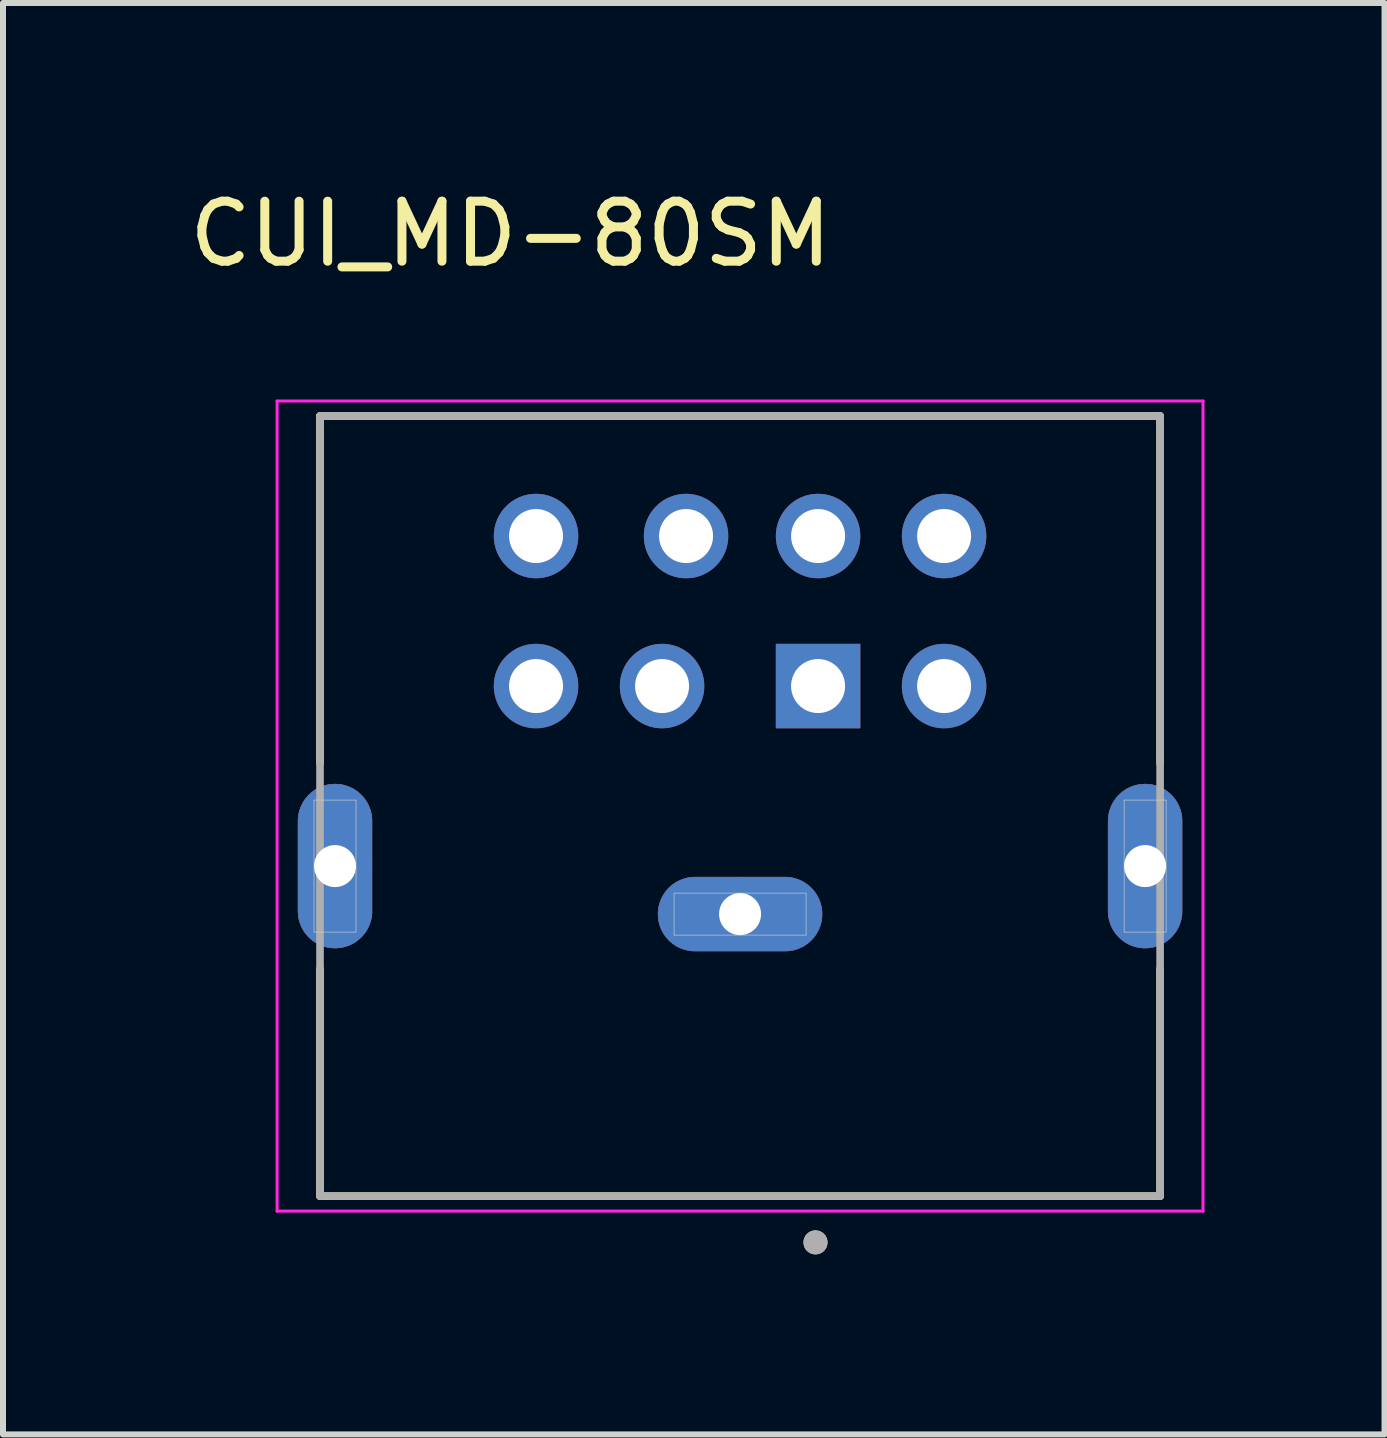
<source format=kicad_pcb>
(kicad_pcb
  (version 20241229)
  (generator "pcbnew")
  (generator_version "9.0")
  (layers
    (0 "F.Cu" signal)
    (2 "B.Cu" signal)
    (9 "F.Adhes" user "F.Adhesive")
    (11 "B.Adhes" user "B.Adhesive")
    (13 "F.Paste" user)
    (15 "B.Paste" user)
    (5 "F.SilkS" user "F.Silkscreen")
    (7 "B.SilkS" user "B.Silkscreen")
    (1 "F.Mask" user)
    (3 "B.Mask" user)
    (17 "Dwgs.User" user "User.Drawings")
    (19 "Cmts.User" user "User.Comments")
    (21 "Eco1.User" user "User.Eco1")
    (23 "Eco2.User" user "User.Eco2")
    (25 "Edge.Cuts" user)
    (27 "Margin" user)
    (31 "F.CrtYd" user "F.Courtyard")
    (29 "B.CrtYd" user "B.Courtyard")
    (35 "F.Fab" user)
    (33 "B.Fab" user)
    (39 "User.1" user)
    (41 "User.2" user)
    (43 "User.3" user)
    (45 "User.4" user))
  (footprint "CUI_MD-80SM"
    (layer "F.Cu")
    (at 9.283 12.183)
    (property "Reference" "CUI_MD-80SM" (at -3.825 -11.335 0) (layer "F.SilkS") (effects (font (size 1 1) (thickness 0.15))))
    (attr through_hole)
    (fp_poly (pts (xy -6.135 -1.55) (xy -6.135 -0.05) (xy -6.136 -0.018) (xy -6.138 0.014) (xy -6.143 0.046) (xy -6.148 0.078) (xy -6.156 0.109) (xy -6.165 0.14) (xy -6.176 0.17) (xy -6.188 0.2) (xy -6.202 0.229) (xy -6.217 0.257) (xy -6.234 0.285) (xy -6.252 0.311) (xy -6.272 0.337) (xy -6.293 0.362) (xy -6.315 0.385) (xy -6.338 0.407) (xy -6.363 0.428) (xy -6.389 0.448) (xy -6.415 0.466) (xy -6.442 0.483) (xy -6.471 0.498) (xy -6.5 0.512) (xy -6.53 0.524) (xy -6.56 0.535) (xy -6.591 0.544) (xy -6.622 0.552) (xy -6.654 0.557) (xy -6.686 0.562) (xy -6.718 0.564) (xy -6.75 0.565) (xy -6.782 0.564) (xy -6.814 0.562) (xy -6.846 0.557) (xy -6.878 0.552) (xy -6.909 0.544) (xy -6.94 0.535) (xy -6.97 0.524) (xy -7 0.512) (xy -7.029 0.498) (xy -7.058 0.483) (xy -7.085 0.466) (xy -7.111 0.448) (xy -7.137 0.428) (xy -7.162 0.407) (xy -7.185 0.385) (xy -7.207 0.362) (xy -7.228 0.337) (xy -7.248 0.311) (xy -7.266 0.285) (xy -7.283 0.257) (xy -7.298 0.229) (xy -7.312 0.2) (xy -7.324 0.17) (xy -7.335 0.14) (xy -7.344 0.109) (xy -7.352 0.078) (xy -7.357 0.046) (xy -7.362 0.014) (xy -7.364 -0.018) (xy -7.365 -0.05) (xy -7.365 -1.55) (xy -7.364 -1.582) (xy -7.362 -1.614) (xy -7.357 -1.646) (xy -7.352 -1.678) (xy -7.344 -1.709) (xy -7.335 -1.74) (xy -7.324 -1.77) (xy -7.312 -1.8) (xy -7.298 -1.829) (xy -7.283 -1.857) (xy -7.266 -1.885) (xy -7.248 -1.911) (xy -7.228 -1.937) (xy -7.207 -1.962) (xy -7.185 -1.985) (xy -7.162 -2.007) (xy -7.137 -2.028) (xy -7.111 -2.048) (xy -7.085 -2.066) (xy -7.058 -2.083) (xy -7.029 -2.098) (xy -7 -2.112) (xy -6.97 -2.124) (xy -6.94 -2.135) (xy -6.909 -2.144) (xy -6.878 -2.152) (xy -6.846 -2.157) (xy -6.814 -2.162) (xy -6.782 -2.164) (xy -6.75 -2.165) (xy -6.718 -2.164) (xy -6.686 -2.162) (xy -6.654 -2.157) (xy -6.622 -2.152) (xy -6.591 -2.144) (xy -6.56 -2.135) (xy -6.53 -2.124) (xy -6.5 -2.112) (xy -6.471 -2.098) (xy -6.442 -2.083) (xy -6.415 -2.066) (xy -6.389 -2.048) (xy -6.363 -2.028) (xy -6.338 -2.007) (xy -6.315 -1.985) (xy -6.293 -1.962) (xy -6.272 -1.937) (xy -6.252 -1.911) (xy -6.234 -1.885) (xy -6.217 -1.857) (xy -6.202 -1.829) (xy -6.188 -1.8) (xy -6.176 -1.77) (xy -6.165 -1.74) (xy -6.156 -1.709) (xy -6.148 -1.678) (xy -6.143 -1.646) (xy -6.138 -1.614) (xy -6.136 -1.582) (xy -6.135 -1.55)) (stroke (width 0.01) (type solid)) (fill yes) (layer "F.Cu"))
    (fp_poly (pts (xy 7.365 -1.55) (xy 7.365 -0.05) (xy 7.364 -0.018) (xy 7.362 0.014) (xy 7.357 0.046) (xy 7.352 0.078) (xy 7.344 0.109) (xy 7.335 0.14) (xy 7.324 0.17) (xy 7.312 0.2) (xy 7.298 0.229) (xy 7.283 0.257) (xy 7.266 0.285) (xy 7.248 0.311) (xy 7.228 0.337) (xy 7.207 0.362) (xy 7.185 0.385) (xy 7.162 0.407) (xy 7.137 0.428) (xy 7.111 0.448) (xy 7.085 0.466) (xy 7.058 0.483) (xy 7.029 0.498) (xy 7 0.512) (xy 6.97 0.524) (xy 6.94 0.535) (xy 6.909 0.544) (xy 6.878 0.552) (xy 6.846 0.557) (xy 6.814 0.562) (xy 6.782 0.564) (xy 6.75 0.565) (xy 6.718 0.564) (xy 6.686 0.562) (xy 6.654 0.557) (xy 6.622 0.552) (xy 6.591 0.544) (xy 6.56 0.535) (xy 6.53 0.524) (xy 6.5 0.512) (xy 6.471 0.498) (xy 6.442 0.483) (xy 6.415 0.466) (xy 6.389 0.448) (xy 6.363 0.428) (xy 6.338 0.407) (xy 6.315 0.385) (xy 6.293 0.362) (xy 6.272 0.337) (xy 6.252 0.311) (xy 6.234 0.285) (xy 6.217 0.257) (xy 6.202 0.229) (xy 6.188 0.2) (xy 6.176 0.17) (xy 6.165 0.14) (xy 6.156 0.109) (xy 6.148 0.078) (xy 6.143 0.046) (xy 6.138 0.014) (xy 6.136 -0.018) (xy 6.135 -0.05) (xy 6.135 -1.55) (xy 6.136 -1.582) (xy 6.138 -1.614) (xy 6.143 -1.646) (xy 6.148 -1.678) (xy 6.156 -1.709) (xy 6.165 -1.74) (xy 6.176 -1.77) (xy 6.188 -1.8) (xy 6.202 -1.829) (xy 6.217 -1.857) (xy 6.234 -1.885) (xy 6.252 -1.911) (xy 6.272 -1.937) (xy 6.293 -1.962) (xy 6.315 -1.985) (xy 6.338 -2.007) (xy 6.363 -2.028) (xy 6.389 -2.048) (xy 6.415 -2.066) (xy 6.442 -2.083) (xy 6.471 -2.098) (xy 6.5 -2.112) (xy 6.53 -2.124) (xy 6.56 -2.135) (xy 6.591 -2.144) (xy 6.622 -2.152) (xy 6.654 -2.157) (xy 6.686 -2.162) (xy 6.718 -2.164) (xy 6.75 -2.165) (xy 6.782 -2.164) (xy 6.814 -2.162) (xy 6.846 -2.157) (xy 6.878 -2.152) (xy 6.909 -2.144) (xy 6.94 -2.135) (xy 6.97 -2.124) (xy 7 -2.112) (xy 7.029 -2.098) (xy 7.058 -2.083) (xy 7.085 -2.066) (xy 7.111 -2.048) (xy 7.137 -2.028) (xy 7.162 -2.007) (xy 7.185 -1.985) (xy 7.207 -1.962) (xy 7.228 -1.937) (xy 7.248 -1.911) (xy 7.266 -1.885) (xy 7.283 -1.857) (xy 7.298 -1.829) (xy 7.312 -1.8) (xy 7.324 -1.77) (xy 7.335 -1.74) (xy 7.344 -1.709) (xy 7.352 -1.678) (xy 7.357 -1.646) (xy 7.362 -1.614) (xy 7.364 -1.582) (xy 7.365 -1.55)) (stroke (width 0.01) (type solid)) (fill yes) (layer "F.Cu"))
    (fp_poly (pts (xy 0 0.615) (xy -0.75 0.615) (xy -0.782 0.614) (xy -0.814 0.612) (xy -0.846 0.607) (xy -0.878 0.602) (xy -0.909 0.594) (xy -0.94 0.585) (xy -0.97 0.574) (xy -1 0.562) (xy -1.029 0.548) (xy -1.058 0.533) (xy -1.085 0.516) (xy -1.111 0.498) (xy -1.137 0.478) (xy -1.162 0.457) (xy -1.185 0.435) (xy -1.207 0.412) (xy -1.228 0.387) (xy -1.248 0.361) (xy -1.266 0.335) (xy -1.283 0.308) (xy -1.298 0.279) (xy -1.312 0.25) (xy -1.324 0.22) (xy -1.335 0.19) (xy -1.344 0.159) (xy -1.352 0.128) (xy -1.357 0.096) (xy -1.362 0.064) (xy -1.364 0.032) (xy -1.365 0) (xy -1.364 -0.032) (xy -1.362 -0.064) (xy -1.357 -0.096) (xy -1.352 -0.128) (xy -1.344 -0.159) (xy -1.335 -0.19) (xy -1.324 -0.22) (xy -1.312 -0.25) (xy -1.298 -0.279) (xy -1.283 -0.307) (xy -1.266 -0.335) (xy -1.248 -0.361) (xy -1.228 -0.387) (xy -1.207 -0.412) (xy -1.185 -0.435) (xy -1.162 -0.457) (xy -1.137 -0.478) (xy -1.111 -0.498) (xy -1.085 -0.516) (xy -1.058 -0.533) (xy -1.029 -0.548) (xy -1 -0.562) (xy -0.97 -0.574) (xy -0.94 -0.585) (xy -0.909 -0.594) (xy -0.878 -0.602) (xy -0.846 -0.607) (xy -0.814 -0.612) (xy -0.782 -0.614) (xy -0.75 -0.615) (xy 0 -0.615) (xy 0.75 -0.615) (xy 0.782 -0.614) (xy 0.814 -0.612) (xy 0.846 -0.607) (xy 0.878 -0.602) (xy 0.909 -0.594) (xy 0.94 -0.585) (xy 0.97 -0.574) (xy 1 -0.562) (xy 1.029 -0.548) (xy 1.058 -0.533) (xy 1.085 -0.516) (xy 1.111 -0.498) (xy 1.137 -0.478) (xy 1.162 -0.457) (xy 1.185 -0.435) (xy 1.207 -0.412) (xy 1.228 -0.387) (xy 1.248 -0.361) (xy 1.266 -0.335) (xy 1.283 -0.307) (xy 1.298 -0.279) (xy 1.312 -0.25) (xy 1.324 -0.22) (xy 1.335 -0.19) (xy 1.344 -0.159) (xy 1.352 -0.128) (xy 1.357 -0.096) (xy 1.362 -0.064) (xy 1.364 -0.032) (xy 1.365 0) (xy 1.364 0.032) (xy 1.362 0.064) (xy 1.357 0.096) (xy 1.352 0.128) (xy 1.344 0.159) (xy 1.335 0.19) (xy 1.324 0.22) (xy 1.312 0.25) (xy 1.298 0.279) (xy 1.283 0.307) (xy 1.266 0.335) (xy 1.248 0.361) (xy 1.228 0.387) (xy 1.207 0.412) (xy 1.185 0.435) (xy 1.162 0.457) (xy 1.137 0.478) (xy 1.111 0.498) (xy 1.085 0.516) (xy 1.058 0.533) (xy 1.029 0.548) (xy 1 0.562) (xy 0.97 0.574) (xy 0.94 0.585) (xy 0.909 0.594) (xy 0.878 0.602) (xy 0.846 0.607) (xy 0.814 0.612) (xy 0.782 0.614) (xy 0.75 0.615) (xy 0 0.615)) (stroke (width 0.01) (type solid)) (fill yes) (layer "F.Cu"))
    (fp_poly (pts (xy -6.035 -1.55) (xy -6.035 -0.05) (xy -6.036 -0.013) (xy -6.039 0.025) (xy -6.044 0.062) (xy -6.051 0.099) (xy -6.059 0.135) (xy -6.07 0.171) (xy -6.082 0.206) (xy -6.097 0.241) (xy -6.113 0.275) (xy -6.131 0.308) (xy -6.15 0.339) (xy -6.172 0.37) (xy -6.194 0.4) (xy -6.219 0.428) (xy -6.244 0.456) (xy -6.272 0.481) (xy -6.3 0.506) (xy -6.33 0.528) (xy -6.361 0.55) (xy -6.393 0.569) (xy -6.425 0.587) (xy -6.459 0.603) (xy -6.494 0.618) (xy -6.529 0.63) (xy -6.565 0.641) (xy -6.601 0.649) (xy -6.638 0.656) (xy -6.675 0.661) (xy -6.713 0.664) (xy -6.75 0.665) (xy -6.787 0.664) (xy -6.825 0.661) (xy -6.862 0.656) (xy -6.899 0.649) (xy -6.935 0.641) (xy -6.971 0.63) (xy -7.006 0.618) (xy -7.041 0.603) (xy -7.075 0.587) (xy -7.108 0.569) (xy -7.139 0.55) (xy -7.17 0.528) (xy -7.2 0.506) (xy -7.228 0.481) (xy -7.256 0.456) (xy -7.281 0.428) (xy -7.306 0.4) (xy -7.328 0.37) (xy -7.35 0.339) (xy -7.369 0.308) (xy -7.387 0.275) (xy -7.403 0.241) (xy -7.418 0.206) (xy -7.43 0.171) (xy -7.441 0.135) (xy -7.449 0.099) (xy -7.456 0.062) (xy -7.461 0.025) (xy -7.464 -0.013) (xy -7.465 -0.05) (xy -7.465 -1.55) (xy -7.464 -1.587) (xy -7.461 -1.625) (xy -7.456 -1.662) (xy -7.449 -1.699) (xy -7.441 -1.735) (xy -7.43 -1.771) (xy -7.418 -1.806) (xy -7.403 -1.841) (xy -7.387 -1.875) (xy -7.369 -1.908) (xy -7.35 -1.939) (xy -7.328 -1.97) (xy -7.306 -2) (xy -7.281 -2.028) (xy -7.256 -2.056) (xy -7.228 -2.081) (xy -7.2 -2.106) (xy -7.17 -2.128) (xy -7.139 -2.15) (xy -7.107 -2.169) (xy -7.075 -2.187) (xy -7.041 -2.203) (xy -7.006 -2.218) (xy -6.971 -2.23) (xy -6.935 -2.241) (xy -6.899 -2.249) (xy -6.862 -2.256) (xy -6.825 -2.261) (xy -6.787 -2.264) (xy -6.75 -2.265) (xy -6.713 -2.264) (xy -6.675 -2.261) (xy -6.638 -2.256) (xy -6.601 -2.249) (xy -6.565 -2.241) (xy -6.529 -2.23) (xy -6.494 -2.218) (xy -6.459 -2.203) (xy -6.425 -2.187) (xy -6.393 -2.169) (xy -6.361 -2.15) (xy -6.33 -2.128) (xy -6.3 -2.106) (xy -6.272 -2.081) (xy -6.244 -2.056) (xy -6.219 -2.028) (xy -6.194 -2) (xy -6.172 -1.97) (xy -6.15 -1.939) (xy -6.131 -1.908) (xy -6.113 -1.875) (xy -6.097 -1.841) (xy -6.082 -1.806) (xy -6.07 -1.771) (xy -6.059 -1.735) (xy -6.051 -1.699) (xy -6.044 -1.662) (xy -6.039 -1.625) (xy -6.036 -1.587) (xy -6.035 -1.55)) (stroke (width 0.01) (type solid)) (fill yes) (layer "F.Mask"))
    (fp_poly (pts (xy 7.465 -1.55) (xy 7.465 -0.05) (xy 7.464 -0.013) (xy 7.461 0.025) (xy 7.456 0.062) (xy 7.449 0.099) (xy 7.441 0.135) (xy 7.43 0.171) (xy 7.418 0.206) (xy 7.403 0.241) (xy 7.387 0.275) (xy 7.369 0.308) (xy 7.35 0.339) (xy 7.328 0.37) (xy 7.306 0.4) (xy 7.281 0.428) (xy 7.256 0.456) (xy 7.228 0.481) (xy 7.2 0.506) (xy 7.17 0.528) (xy 7.139 0.55) (xy 7.107 0.569) (xy 7.075 0.587) (xy 7.041 0.603) (xy 7.006 0.618) (xy 6.971 0.63) (xy 6.935 0.641) (xy 6.899 0.649) (xy 6.862 0.656) (xy 6.825 0.661) (xy 6.787 0.664) (xy 6.75 0.665) (xy 6.713 0.664) (xy 6.675 0.661) (xy 6.638 0.656) (xy 6.601 0.649) (xy 6.565 0.641) (xy 6.529 0.63) (xy 6.494 0.618) (xy 6.459 0.603) (xy 6.425 0.587) (xy 6.392 0.569) (xy 6.361 0.55) (xy 6.33 0.528) (xy 6.3 0.506) (xy 6.272 0.481) (xy 6.244 0.456) (xy 6.219 0.428) (xy 6.194 0.4) (xy 6.172 0.37) (xy 6.15 0.339) (xy 6.131 0.308) (xy 6.113 0.275) (xy 6.097 0.241) (xy 6.082 0.206) (xy 6.07 0.171) (xy 6.059 0.135) (xy 6.051 0.099) (xy 6.044 0.062) (xy 6.039 0.025) (xy 6.036 -0.013) (xy 6.035 -0.05) (xy 6.035 -1.55) (xy 6.036 -1.587) (xy 6.039 -1.625) (xy 6.044 -1.662) (xy 6.051 -1.699) (xy 6.059 -1.735) (xy 6.07 -1.771) (xy 6.082 -1.806) (xy 6.097 -1.841) (xy 6.113 -1.875) (xy 6.131 -1.908) (xy 6.15 -1.939) (xy 6.172 -1.97) (xy 6.194 -2) (xy 6.219 -2.028) (xy 6.244 -2.056) (xy 6.272 -2.081) (xy 6.3 -2.106) (xy 6.33 -2.128) (xy 6.361 -2.15) (xy 6.393 -2.169) (xy 6.425 -2.187) (xy 6.459 -2.203) (xy 6.494 -2.218) (xy 6.529 -2.23) (xy 6.565 -2.241) (xy 6.601 -2.249) (xy 6.638 -2.256) (xy 6.675 -2.261) (xy 6.713 -2.264) (xy 6.75 -2.265) (xy 6.787 -2.264) (xy 6.825 -2.261) (xy 6.862 -2.256) (xy 6.899 -2.249) (xy 6.935 -2.241) (xy 6.971 -2.23) (xy 7.006 -2.218) (xy 7.041 -2.203) (xy 7.075 -2.187) (xy 7.107 -2.169) (xy 7.139 -2.15) (xy 7.17 -2.128) (xy 7.2 -2.106) (xy 7.228 -2.081) (xy 7.256 -2.056) (xy 7.281 -2.028) (xy 7.306 -2) (xy 7.328 -1.97) (xy 7.35 -1.939) (xy 7.369 -1.908) (xy 7.387 -1.875) (xy 7.403 -1.841) (xy 7.418 -1.806) (xy 7.43 -1.771) (xy 7.441 -1.735) (xy 7.449 -1.699) (xy 7.456 -1.662) (xy 7.461 -1.625) (xy 7.464 -1.587) (xy 7.465 -1.55)) (stroke (width 0.01) (type solid)) (fill yes) (layer "F.Mask"))
    (fp_poly (pts (xy 0 0.715) (xy -0.75 0.715) (xy -0.787 0.714) (xy -0.825 0.711) (xy -0.862 0.706) (xy -0.899 0.699) (xy -0.935 0.691) (xy -0.971 0.68) (xy -1.006 0.668) (xy -1.041 0.653) (xy -1.075 0.637) (xy -1.107 0.619) (xy -1.139 0.6) (xy -1.17 0.578) (xy -1.2 0.556) (xy -1.228 0.531) (xy -1.256 0.506) (xy -1.281 0.478) (xy -1.306 0.45) (xy -1.328 0.42) (xy -1.35 0.389) (xy -1.369 0.357) (xy -1.387 0.325) (xy -1.403 0.291) (xy -1.418 0.256) (xy -1.43 0.221) (xy -1.441 0.185) (xy -1.449 0.149) (xy -1.456 0.112) (xy -1.461 0.075) (xy -1.464 0.037) (xy -1.465 0) (xy -1.464 -0.037) (xy -1.461 -0.075) (xy -1.456 -0.112) (xy -1.449 -0.149) (xy -1.441 -0.185) (xy -1.43 -0.221) (xy -1.418 -0.256) (xy -1.403 -0.291) (xy -1.387 -0.325) (xy -1.369 -0.357) (xy -1.35 -0.389) (xy -1.328 -0.42) (xy -1.306 -0.45) (xy -1.281 -0.478) (xy -1.256 -0.506) (xy -1.228 -0.531) (xy -1.2 -0.556) (xy -1.17 -0.578) (xy -1.139 -0.6) (xy -1.107 -0.619) (xy -1.075 -0.637) (xy -1.041 -0.653) (xy -1.006 -0.668) (xy -0.971 -0.68) (xy -0.935 -0.691) (xy -0.899 -0.699) (xy -0.862 -0.706) (xy -0.825 -0.711) (xy -0.787 -0.714) (xy -0.75 -0.715) (xy 0 -0.715) (xy 0.75 -0.715) (xy 0.787 -0.714) (xy 0.825 -0.711) (xy 0.862 -0.706) (xy 0.899 -0.699) (xy 0.935 -0.691) (xy 0.971 -0.68) (xy 1.006 -0.668) (xy 1.041 -0.653) (xy 1.075 -0.637) (xy 1.107 -0.619) (xy 1.139 -0.6) (xy 1.17 -0.578) (xy 1.2 -0.556) (xy 1.228 -0.531) (xy 1.256 -0.506) (xy 1.281 -0.478) (xy 1.306 -0.45) (xy 1.328 -0.42) (xy 1.35 -0.389) (xy 1.369 -0.357) (xy 1.387 -0.325) (xy 1.403 -0.291) (xy 1.418 -0.256) (xy 1.43 -0.221) (xy 1.441 -0.185) (xy 1.449 -0.149) (xy 1.456 -0.112) (xy 1.461 -0.075) (xy 1.464 -0.037) (xy 1.465 0) (xy 1.464 0.037) (xy 1.461 0.075) (xy 1.456 0.112) (xy 1.449 0.149) (xy 1.441 0.185) (xy 1.43 0.221) (xy 1.418 0.256) (xy 1.403 0.291) (xy 1.387 0.325) (xy 1.369 0.357) (xy 1.35 0.389) (xy 1.328 0.42) (xy 1.306 0.45) (xy 1.281 0.478) (xy 1.256 0.506) (xy 1.228 0.531) (xy 1.2 0.556) (xy 1.17 0.578) (xy 1.139 0.6) (xy 1.107 0.619) (xy 1.075 0.637) (xy 1.041 0.653) (xy 1.006 0.668) (xy 0.971 0.68) (xy 0.935 0.691) (xy 0.899 0.699) (xy 0.862 0.706) (xy 0.825 0.711) (xy 0.787 0.714) (xy 0.75 0.715) (xy 0 0.715)) (stroke (width 0.01) (type solid)) (fill yes) (layer "F.Mask"))
    (fp_poly (pts (xy -6.135 -1.55) (xy -6.135 -0.05) (xy -6.136 -0.018) (xy -6.138 0.014) (xy -6.143 0.046) (xy -6.148 0.078) (xy -6.156 0.109) (xy -6.165 0.14) (xy -6.176 0.17) (xy -6.188 0.2) (xy -6.202 0.229) (xy -6.217 0.257) (xy -6.234 0.285) (xy -6.252 0.311) (xy -6.272 0.337) (xy -6.293 0.362) (xy -6.315 0.385) (xy -6.338 0.407) (xy -6.363 0.428) (xy -6.389 0.448) (xy -6.415 0.466) (xy -6.442 0.483) (xy -6.471 0.498) (xy -6.5 0.512) (xy -6.53 0.524) (xy -6.56 0.535) (xy -6.591 0.544) (xy -6.622 0.552) (xy -6.654 0.557) (xy -6.686 0.562) (xy -6.718 0.564) (xy -6.75 0.565) (xy -6.782 0.564) (xy -6.814 0.562) (xy -6.846 0.557) (xy -6.878 0.552) (xy -6.909 0.544) (xy -6.94 0.535) (xy -6.97 0.524) (xy -7 0.512) (xy -7.029 0.498) (xy -7.058 0.483) (xy -7.085 0.466) (xy -7.111 0.448) (xy -7.137 0.428) (xy -7.162 0.407) (xy -7.185 0.385) (xy -7.207 0.362) (xy -7.228 0.337) (xy -7.248 0.311) (xy -7.266 0.285) (xy -7.283 0.257) (xy -7.298 0.229) (xy -7.312 0.2) (xy -7.324 0.17) (xy -7.335 0.14) (xy -7.344 0.109) (xy -7.352 0.078) (xy -7.357 0.046) (xy -7.362 0.014) (xy -7.364 -0.018) (xy -7.365 -0.05) (xy -7.365 -1.55) (xy -7.364 -1.582) (xy -7.362 -1.614) (xy -7.357 -1.646) (xy -7.352 -1.678) (xy -7.344 -1.709) (xy -7.335 -1.74) (xy -7.324 -1.77) (xy -7.312 -1.8) (xy -7.298 -1.829) (xy -7.283 -1.857) (xy -7.266 -1.885) (xy -7.248 -1.911) (xy -7.228 -1.937) (xy -7.207 -1.962) (xy -7.185 -1.985) (xy -7.162 -2.007) (xy -7.137 -2.028) (xy -7.111 -2.048) (xy -7.085 -2.066) (xy -7.058 -2.083) (xy -7.029 -2.098) (xy -7 -2.112) (xy -6.97 -2.124) (xy -6.94 -2.135) (xy -6.909 -2.144) (xy -6.878 -2.152) (xy -6.846 -2.157) (xy -6.814 -2.162) (xy -6.782 -2.164) (xy -6.75 -2.165) (xy -6.718 -2.164) (xy -6.686 -2.162) (xy -6.654 -2.157) (xy -6.622 -2.152) (xy -6.591 -2.144) (xy -6.56 -2.135) (xy -6.53 -2.124) (xy -6.5 -2.112) (xy -6.471 -2.098) (xy -6.442 -2.083) (xy -6.415 -2.066) (xy -6.389 -2.048) (xy -6.363 -2.028) (xy -6.338 -2.007) (xy -6.315 -1.985) (xy -6.293 -1.962) (xy -6.272 -1.937) (xy -6.252 -1.911) (xy -6.234 -1.885) (xy -6.217 -1.857) (xy -6.202 -1.829) (xy -6.188 -1.8) (xy -6.176 -1.77) (xy -6.165 -1.74) (xy -6.156 -1.709) (xy -6.148 -1.678) (xy -6.143 -1.646) (xy -6.138 -1.614) (xy -6.136 -1.582) (xy -6.135 -1.55)) (stroke (width 0.01) (type solid)) (fill yes) (layer "B.Cu"))
    (fp_poly (pts (xy 7.365 -1.55) (xy 7.365 -0.05) (xy 7.364 -0.018) (xy 7.362 0.014) (xy 7.357 0.046) (xy 7.352 0.078) (xy 7.344 0.109) (xy 7.335 0.14) (xy 7.324 0.17) (xy 7.312 0.2) (xy 7.298 0.229) (xy 7.283 0.257) (xy 7.266 0.285) (xy 7.248 0.311) (xy 7.228 0.337) (xy 7.207 0.362) (xy 7.185 0.385) (xy 7.162 0.407) (xy 7.137 0.428) (xy 7.111 0.448) (xy 7.085 0.466) (xy 7.058 0.483) (xy 7.029 0.498) (xy 7 0.512) (xy 6.97 0.524) (xy 6.94 0.535) (xy 6.909 0.544) (xy 6.878 0.552) (xy 6.846 0.557) (xy 6.814 0.562) (xy 6.782 0.564) (xy 6.75 0.565) (xy 6.718 0.564) (xy 6.686 0.562) (xy 6.654 0.557) (xy 6.622 0.552) (xy 6.591 0.544) (xy 6.56 0.535) (xy 6.53 0.524) (xy 6.5 0.512) (xy 6.471 0.498) (xy 6.442 0.483) (xy 6.415 0.466) (xy 6.389 0.448) (xy 6.363 0.428) (xy 6.338 0.407) (xy 6.315 0.385) (xy 6.293 0.362) (xy 6.272 0.337) (xy 6.252 0.311) (xy 6.234 0.285) (xy 6.217 0.257) (xy 6.202 0.229) (xy 6.188 0.2) (xy 6.176 0.17) (xy 6.165 0.14) (xy 6.156 0.109) (xy 6.148 0.078) (xy 6.143 0.046) (xy 6.138 0.014) (xy 6.136 -0.018) (xy 6.135 -0.05) (xy 6.135 -1.55) (xy 6.136 -1.582) (xy 6.138 -1.614) (xy 6.143 -1.646) (xy 6.148 -1.678) (xy 6.156 -1.709) (xy 6.165 -1.74) (xy 6.176 -1.77) (xy 6.188 -1.8) (xy 6.202 -1.829) (xy 6.217 -1.857) (xy 6.234 -1.885) (xy 6.252 -1.911) (xy 6.272 -1.937) (xy 6.293 -1.962) (xy 6.315 -1.985) (xy 6.338 -2.007) (xy 6.363 -2.028) (xy 6.389 -2.048) (xy 6.415 -2.066) (xy 6.442 -2.083) (xy 6.471 -2.098) (xy 6.5 -2.112) (xy 6.53 -2.124) (xy 6.56 -2.135) (xy 6.591 -2.144) (xy 6.622 -2.152) (xy 6.654 -2.157) (xy 6.686 -2.162) (xy 6.718 -2.164) (xy 6.75 -2.165) (xy 6.782 -2.164) (xy 6.814 -2.162) (xy 6.846 -2.157) (xy 6.878 -2.152) (xy 6.909 -2.144) (xy 6.94 -2.135) (xy 6.97 -2.124) (xy 7 -2.112) (xy 7.029 -2.098) (xy 7.058 -2.083) (xy 7.085 -2.066) (xy 7.111 -2.048) (xy 7.137 -2.028) (xy 7.162 -2.007) (xy 7.185 -1.985) (xy 7.207 -1.962) (xy 7.228 -1.937) (xy 7.248 -1.911) (xy 7.266 -1.885) (xy 7.283 -1.857) (xy 7.298 -1.829) (xy 7.312 -1.8) (xy 7.324 -1.77) (xy 7.335 -1.74) (xy 7.344 -1.709) (xy 7.352 -1.678) (xy 7.357 -1.646) (xy 7.362 -1.614) (xy 7.364 -1.582) (xy 7.365 -1.55)) (stroke (width 0.01) (type solid)) (fill yes) (layer "B.Cu"))
    (fp_poly (pts (xy 0 0.615) (xy -0.75 0.615) (xy -0.782 0.614) (xy -0.814 0.612) (xy -0.846 0.607) (xy -0.878 0.602) (xy -0.909 0.594) (xy -0.94 0.585) (xy -0.97 0.574) (xy -1 0.562) (xy -1.029 0.548) (xy -1.058 0.533) (xy -1.085 0.516) (xy -1.111 0.498) (xy -1.137 0.478) (xy -1.162 0.457) (xy -1.185 0.435) (xy -1.207 0.412) (xy -1.228 0.387) (xy -1.248 0.361) (xy -1.266 0.335) (xy -1.283 0.308) (xy -1.298 0.279) (xy -1.312 0.25) (xy -1.324 0.22) (xy -1.335 0.19) (xy -1.344 0.159) (xy -1.352 0.128) (xy -1.357 0.096) (xy -1.362 0.064) (xy -1.364 0.032) (xy -1.365 0) (xy -1.364 -0.032) (xy -1.362 -0.064) (xy -1.357 -0.096) (xy -1.352 -0.128) (xy -1.344 -0.159) (xy -1.335 -0.19) (xy -1.324 -0.22) (xy -1.312 -0.25) (xy -1.298 -0.279) (xy -1.283 -0.307) (xy -1.266 -0.335) (xy -1.248 -0.361) (xy -1.228 -0.387) (xy -1.207 -0.412) (xy -1.185 -0.435) (xy -1.162 -0.457) (xy -1.137 -0.478) (xy -1.111 -0.498) (xy -1.085 -0.516) (xy -1.058 -0.533) (xy -1.029 -0.548) (xy -1 -0.562) (xy -0.97 -0.574) (xy -0.94 -0.585) (xy -0.909 -0.594) (xy -0.878 -0.602) (xy -0.846 -0.607) (xy -0.814 -0.612) (xy -0.782 -0.614) (xy -0.75 -0.615) (xy 0 -0.615) (xy 0.75 -0.615) (xy 0.782 -0.614) (xy 0.814 -0.612) (xy 0.846 -0.607) (xy 0.878 -0.602) (xy 0.909 -0.594) (xy 0.94 -0.585) (xy 0.97 -0.574) (xy 1 -0.562) (xy 1.029 -0.548) (xy 1.058 -0.533) (xy 1.085 -0.516) (xy 1.111 -0.498) (xy 1.137 -0.478) (xy 1.162 -0.457) (xy 1.185 -0.435) (xy 1.207 -0.412) (xy 1.228 -0.387) (xy 1.248 -0.361) (xy 1.266 -0.335) (xy 1.283 -0.307) (xy 1.298 -0.279) (xy 1.312 -0.25) (xy 1.324 -0.22) (xy 1.335 -0.19) (xy 1.344 -0.159) (xy 1.352 -0.128) (xy 1.357 -0.096) (xy 1.362 -0.064) (xy 1.364 -0.032) (xy 1.365 0) (xy 1.364 0.032) (xy 1.362 0.064) (xy 1.357 0.096) (xy 1.352 0.128) (xy 1.344 0.159) (xy 1.335 0.19) (xy 1.324 0.22) (xy 1.312 0.25) (xy 1.298 0.279) (xy 1.283 0.307) (xy 1.266 0.335) (xy 1.248 0.361) (xy 1.228 0.387) (xy 1.207 0.412) (xy 1.185 0.435) (xy 1.162 0.457) (xy 1.137 0.478) (xy 1.111 0.498) (xy 1.085 0.516) (xy 1.058 0.533) (xy 1.029 0.548) (xy 1 0.562) (xy 0.97 0.574) (xy 0.94 0.585) (xy 0.909 0.594) (xy 0.878 0.602) (xy 0.846 0.607) (xy 0.814 0.612) (xy 0.782 0.614) (xy 0.75 0.615) (xy 0 0.615)) (stroke (width 0.01) (type solid)) (fill yes) (layer "B.Cu"))
    (fp_poly (pts (xy -6.035 -1.55) (xy -6.035 -0.05) (xy -6.036 -0.013) (xy -6.039 0.025) (xy -6.044 0.062) (xy -6.051 0.099) (xy -6.059 0.135) (xy -6.07 0.171) (xy -6.082 0.206) (xy -6.097 0.241) (xy -6.113 0.275) (xy -6.131 0.308) (xy -6.15 0.339) (xy -6.172 0.37) (xy -6.194 0.4) (xy -6.219 0.428) (xy -6.244 0.456) (xy -6.272 0.481) (xy -6.3 0.506) (xy -6.33 0.528) (xy -6.361 0.55) (xy -6.393 0.569) (xy -6.425 0.587) (xy -6.459 0.603) (xy -6.494 0.618) (xy -6.529 0.63) (xy -6.565 0.641) (xy -6.601 0.649) (xy -6.638 0.656) (xy -6.675 0.661) (xy -6.713 0.664) (xy -6.75 0.665) (xy -6.787 0.664) (xy -6.825 0.661) (xy -6.862 0.656) (xy -6.899 0.649) (xy -6.935 0.641) (xy -6.971 0.63) (xy -7.006 0.618) (xy -7.041 0.603) (xy -7.075 0.587) (xy -7.108 0.569) (xy -7.139 0.55) (xy -7.17 0.528) (xy -7.2 0.506) (xy -7.228 0.481) (xy -7.256 0.456) (xy -7.281 0.428) (xy -7.306 0.4) (xy -7.328 0.37) (xy -7.35 0.339) (xy -7.369 0.308) (xy -7.387 0.275) (xy -7.403 0.241) (xy -7.418 0.206) (xy -7.43 0.171) (xy -7.441 0.135) (xy -7.449 0.099) (xy -7.456 0.062) (xy -7.461 0.025) (xy -7.464 -0.013) (xy -7.465 -0.05) (xy -7.465 -1.55) (xy -7.464 -1.587) (xy -7.461 -1.625) (xy -7.456 -1.662) (xy -7.449 -1.699) (xy -7.441 -1.735) (xy -7.43 -1.771) (xy -7.418 -1.806) (xy -7.403 -1.841) (xy -7.387 -1.875) (xy -7.369 -1.908) (xy -7.35 -1.939) (xy -7.328 -1.97) (xy -7.306 -2) (xy -7.281 -2.028) (xy -7.256 -2.056) (xy -7.228 -2.081) (xy -7.2 -2.106) (xy -7.17 -2.128) (xy -7.139 -2.15) (xy -7.107 -2.169) (xy -7.075 -2.187) (xy -7.041 -2.203) (xy -7.006 -2.218) (xy -6.971 -2.23) (xy -6.935 -2.241) (xy -6.899 -2.249) (xy -6.862 -2.256) (xy -6.825 -2.261) (xy -6.787 -2.264) (xy -6.75 -2.265) (xy -6.713 -2.264) (xy -6.675 -2.261) (xy -6.638 -2.256) (xy -6.601 -2.249) (xy -6.565 -2.241) (xy -6.529 -2.23) (xy -6.494 -2.218) (xy -6.459 -2.203) (xy -6.425 -2.187) (xy -6.393 -2.169) (xy -6.361 -2.15) (xy -6.33 -2.128) (xy -6.3 -2.106) (xy -6.272 -2.081) (xy -6.244 -2.056) (xy -6.219 -2.028) (xy -6.194 -2) (xy -6.172 -1.97) (xy -6.15 -1.939) (xy -6.131 -1.908) (xy -6.113 -1.875) (xy -6.097 -1.841) (xy -6.082 -1.806) (xy -6.07 -1.771) (xy -6.059 -1.735) (xy -6.051 -1.699) (xy -6.044 -1.662) (xy -6.039 -1.625) (xy -6.036 -1.587) (xy -6.035 -1.55)) (stroke (width 0.01) (type solid)) (fill yes) (layer "B.Mask"))
    (fp_poly (pts (xy 7.465 -1.55) (xy 7.465 -0.05) (xy 7.464 -0.013) (xy 7.461 0.025) (xy 7.456 0.062) (xy 7.449 0.099) (xy 7.441 0.135) (xy 7.43 0.171) (xy 7.418 0.206) (xy 7.403 0.241) (xy 7.387 0.275) (xy 7.369 0.308) (xy 7.35 0.339) (xy 7.328 0.37) (xy 7.306 0.4) (xy 7.281 0.428) (xy 7.256 0.456) (xy 7.228 0.481) (xy 7.2 0.506) (xy 7.17 0.528) (xy 7.139 0.55) (xy 7.107 0.569) (xy 7.075 0.587) (xy 7.041 0.603) (xy 7.006 0.618) (xy 6.971 0.63) (xy 6.935 0.641) (xy 6.899 0.649) (xy 6.862 0.656) (xy 6.825 0.661) (xy 6.787 0.664) (xy 6.75 0.665) (xy 6.713 0.664) (xy 6.675 0.661) (xy 6.638 0.656) (xy 6.601 0.649) (xy 6.565 0.641) (xy 6.529 0.63) (xy 6.494 0.618) (xy 6.459 0.603) (xy 6.425 0.587) (xy 6.392 0.569) (xy 6.361 0.55) (xy 6.33 0.528) (xy 6.3 0.506) (xy 6.272 0.481) (xy 6.244 0.456) (xy 6.219 0.428) (xy 6.194 0.4) (xy 6.172 0.37) (xy 6.15 0.339) (xy 6.131 0.308) (xy 6.113 0.275) (xy 6.097 0.241) (xy 6.082 0.206) (xy 6.07 0.171) (xy 6.059 0.135) (xy 6.051 0.099) (xy 6.044 0.062) (xy 6.039 0.025) (xy 6.036 -0.013) (xy 6.035 -0.05) (xy 6.035 -1.55) (xy 6.036 -1.587) (xy 6.039 -1.625) (xy 6.044 -1.662) (xy 6.051 -1.699) (xy 6.059 -1.735) (xy 6.07 -1.771) (xy 6.082 -1.806) (xy 6.097 -1.841) (xy 6.113 -1.875) (xy 6.131 -1.908) (xy 6.15 -1.939) (xy 6.172 -1.97) (xy 6.194 -2) (xy 6.219 -2.028) (xy 6.244 -2.056) (xy 6.272 -2.081) (xy 6.3 -2.106) (xy 6.33 -2.128) (xy 6.361 -2.15) (xy 6.393 -2.169) (xy 6.425 -2.187) (xy 6.459 -2.203) (xy 6.494 -2.218) (xy 6.529 -2.23) (xy 6.565 -2.241) (xy 6.601 -2.249) (xy 6.638 -2.256) (xy 6.675 -2.261) (xy 6.713 -2.264) (xy 6.75 -2.265) (xy 6.787 -2.264) (xy 6.825 -2.261) (xy 6.862 -2.256) (xy 6.899 -2.249) (xy 6.935 -2.241) (xy 6.971 -2.23) (xy 7.006 -2.218) (xy 7.041 -2.203) (xy 7.075 -2.187) (xy 7.107 -2.169) (xy 7.139 -2.15) (xy 7.17 -2.128) (xy 7.2 -2.106) (xy 7.228 -2.081) (xy 7.256 -2.056) (xy 7.281 -2.028) (xy 7.306 -2) (xy 7.328 -1.97) (xy 7.35 -1.939) (xy 7.369 -1.908) (xy 7.387 -1.875) (xy 7.403 -1.841) (xy 7.418 -1.806) (xy 7.43 -1.771) (xy 7.441 -1.735) (xy 7.449 -1.699) (xy 7.456 -1.662) (xy 7.461 -1.625) (xy 7.464 -1.587) (xy 7.465 -1.55)) (stroke (width 0.01) (type solid)) (fill yes) (layer "B.Mask"))
    (fp_poly (pts (xy 0 0.715) (xy -0.75 0.715) (xy -0.787 0.714) (xy -0.825 0.711) (xy -0.862 0.706) (xy -0.899 0.699) (xy -0.935 0.691) (xy -0.971 0.68) (xy -1.006 0.668) (xy -1.041 0.653) (xy -1.075 0.637) (xy -1.107 0.619) (xy -1.139 0.6) (xy -1.17 0.578) (xy -1.2 0.556) (xy -1.228 0.531) (xy -1.256 0.506) (xy -1.281 0.478) (xy -1.306 0.45) (xy -1.328 0.42) (xy -1.35 0.389) (xy -1.369 0.357) (xy -1.387 0.325) (xy -1.403 0.291) (xy -1.418 0.256) (xy -1.43 0.221) (xy -1.441 0.185) (xy -1.449 0.149) (xy -1.456 0.112) (xy -1.461 0.075) (xy -1.464 0.037) (xy -1.465 0) (xy -1.464 -0.037) (xy -1.461 -0.075) (xy -1.456 -0.112) (xy -1.449 -0.149) (xy -1.441 -0.185) (xy -1.43 -0.221) (xy -1.418 -0.256) (xy -1.403 -0.291) (xy -1.387 -0.325) (xy -1.369 -0.357) (xy -1.35 -0.389) (xy -1.328 -0.42) (xy -1.306 -0.45) (xy -1.281 -0.478) (xy -1.256 -0.506) (xy -1.228 -0.531) (xy -1.2 -0.556) (xy -1.17 -0.578) (xy -1.139 -0.6) (xy -1.107 -0.619) (xy -1.075 -0.637) (xy -1.041 -0.653) (xy -1.006 -0.668) (xy -0.971 -0.68) (xy -0.935 -0.691) (xy -0.899 -0.699) (xy -0.862 -0.706) (xy -0.825 -0.711) (xy -0.787 -0.714) (xy -0.75 -0.715) (xy 0 -0.715) (xy 0.75 -0.715) (xy 0.787 -0.714) (xy 0.825 -0.711) (xy 0.862 -0.706) (xy 0.899 -0.699) (xy 0.935 -0.691) (xy 0.971 -0.68) (xy 1.006 -0.668) (xy 1.041 -0.653) (xy 1.075 -0.637) (xy 1.107 -0.619) (xy 1.139 -0.6) (xy 1.17 -0.578) (xy 1.2 -0.556) (xy 1.228 -0.531) (xy 1.256 -0.506) (xy 1.281 -0.478) (xy 1.306 -0.45) (xy 1.328 -0.42) (xy 1.35 -0.389) (xy 1.369 -0.357) (xy 1.387 -0.325) (xy 1.403 -0.291) (xy 1.418 -0.256) (xy 1.43 -0.221) (xy 1.441 -0.185) (xy 1.449 -0.149) (xy 1.456 -0.112) (xy 1.461 -0.075) (xy 1.464 -0.037) (xy 1.465 0) (xy 1.464 0.037) (xy 1.461 0.075) (xy 1.456 0.112) (xy 1.449 0.149) (xy 1.441 0.185) (xy 1.43 0.221) (xy 1.418 0.256) (xy 1.403 0.291) (xy 1.387 0.325) (xy 1.369 0.357) (xy 1.35 0.389) (xy 1.328 0.42) (xy 1.306 0.45) (xy 1.281 0.478) (xy 1.256 0.506) (xy 1.228 0.531) (xy 1.2 0.556) (xy 1.17 0.578) (xy 1.139 0.6) (xy 1.107 0.619) (xy 1.075 0.637) (xy 1.041 0.653) (xy 1.006 0.668) (xy 0.971 0.68) (xy 0.935 0.691) (xy 0.899 0.699) (xy 0.862 0.706) (xy 0.825 0.711) (xy 0.787 0.714) (xy 0.75 0.715) (xy 0 0.715)) (stroke (width 0.01) (type solid)) (fill yes) (layer "B.Mask"))
    (fp_line (start -7 -8.3) (end 7 -8.3) (stroke (width 0.127) (type solid)) (layer "F.SilkS"))
    (fp_line (start -7 -2.515) (end -7 -8.3) (stroke (width 0.127) (type solid)) (layer "F.SilkS"))
    (fp_line (start -7 4.7) (end -7 0.915) (stroke (width 0.127) (type solid)) (layer "F.SilkS"))
    (fp_line (start 7 -8.3) (end 7 -2.515) (stroke (width 0.127) (type solid)) (layer "F.SilkS"))
    (fp_line (start 7 4.7) (end -7 4.7) (stroke (width 0.127) (type solid)) (layer "F.SilkS"))
    (fp_line (start 7 4.7) (end 7 0.915) (stroke (width 0.127) (type solid)) (layer "F.SilkS"))
    (fp_circle (center 1.257 5.471) (end 1.357 5.471) (stroke (width 0.2) (type solid)) (fill no) (layer "F.SilkS"))
    (fp_line (start -7.1 -1.9) (end -6.4 -1.9) (stroke (width 0.01) (type solid)) (layer "Edge.Cuts"))
    (fp_line (start -7.1 0.3) (end -7.1 -1.9) (stroke (width 0.01) (type solid)) (layer "Edge.Cuts"))
    (fp_line (start -6.4 -1.9) (end -6.4 0.3) (stroke (width 0.01) (type solid)) (layer "Edge.Cuts"))
    (fp_line (start -6.4 0.3) (end -7.1 0.3) (stroke (width 0.01) (type solid)) (layer "Edge.Cuts"))
    (fp_line (start -1.1 -0.35) (end 1.1 -0.35) (stroke (width 0.01) (type solid)) (layer "Edge.Cuts"))
    (fp_line (start -1.1 0.35) (end -1.1 -0.35) (stroke (width 0.01) (type solid)) (layer "Edge.Cuts"))
    (fp_line (start 1.1 -0.35) (end 1.1 0.35) (stroke (width 0.01) (type solid)) (layer "Edge.Cuts"))
    (fp_line (start 1.1 0.35) (end -1.1 0.35) (stroke (width 0.01) (type solid)) (layer "Edge.Cuts"))
    (fp_line (start 6.4 -1.9) (end 7.1 -1.9) (stroke (width 0.01) (type solid)) (layer "Edge.Cuts"))
    (fp_line (start 6.4 0.3) (end 6.4 -1.9) (stroke (width 0.01) (type solid)) (layer "Edge.Cuts"))
    (fp_line (start 7.1 -1.9) (end 7.1 0.3) (stroke (width 0.01) (type solid)) (layer "Edge.Cuts"))
    (fp_line (start 7.1 0.3) (end 6.4 0.3) (stroke (width 0.01) (type solid)) (layer "Edge.Cuts"))
    (fp_line (start -7.715 -8.55) (end -7.715 4.95) (stroke (width 0.05) (type solid)) (layer "F.CrtYd"))
    (fp_line (start -7.715 4.95) (end 7.715 4.95) (stroke (width 0.05) (type solid)) (layer "F.CrtYd"))
    (fp_line (start 7.715 -8.55) (end -7.715 -8.55) (stroke (width 0.05) (type solid)) (layer "F.CrtYd"))
    (fp_line (start 7.715 4.95) (end 7.715 -8.55) (stroke (width 0.05) (type solid)) (layer "F.CrtYd"))
    (fp_line (start -7 -8.3) (end 7 -8.3) (stroke (width 0.127) (type solid)) (layer "F.Fab"))
    (fp_line (start -7 4.7) (end -7 -8.3) (stroke (width 0.127) (type solid)) (layer "F.Fab"))
    (fp_line (start 7 -8.3) (end 7 4.7) (stroke (width 0.127) (type solid)) (layer "F.Fab"))
    (fp_line (start 7 4.7) (end -7 4.7) (stroke (width 0.127) (type solid)) (layer "F.Fab"))
    (fp_circle (center 1.257 5.471) (end 1.357 5.471) (stroke (width 0.2) (type solid)) (fill no) (layer "F.Fab"))
    (pad "1" thru_hole rect (at 1.3 -3.8) (size 1.408 1.408) (drill 0.9) (layers "*.Cu" "*.Mask"))
    (pad "2" thru_hole circle (at -1.3 -3.8) (size 1.408 1.408) (drill 0.9) (layers "*.Cu" "*.Mask"))
    (pad "3" thru_hole circle (at 3.4 -3.8) (size 1.408 1.408) (drill 0.9) (layers "*.Cu" "*.Mask"))
    (pad "4" thru_hole circle (at 1.3 -6.3) (size 1.408 1.408) (drill 0.9) (layers "*.Cu" "*.Mask"))
    (pad "5" thru_hole circle (at -3.4 -3.8) (size 1.408 1.408) (drill 0.9) (layers "*.Cu" "*.Mask"))
    (pad "6" thru_hole circle (at 3.4 -6.3) (size 1.408 1.408) (drill 0.9) (layers "*.Cu" "*.Mask"))
    (pad "7" thru_hole circle (at -0.9 -6.3) (size 1.408 1.408) (drill 0.9) (layers "*.Cu" "*.Mask"))
    (pad "8" thru_hole circle (at -3.4 -6.3) (size 1.408 1.408) (drill 0.9) (layers "*.Cu" "*.Mask"))
    (pad "S1" thru_hole circle (at 0 0) (size 1.23 1.23) (drill 0.7) (layers "*.Cu"))
    (pad "S2" thru_hole circle (at -6.75 -0.8) (size 1.23 1.23) (drill 0.7) (layers "*.Cu"))
    (pad "S3" thru_hole circle (at 6.75 -0.8) (size 1.23 1.23) (drill 0.7) (layers "*.Cu")))
  (gr_rect
    (start -3 -3)
    (end 20.023 20.854)
    (stroke (width 0.1) (type default))
    (fill no)
    (layer "Edge.Cuts")))
</source>
